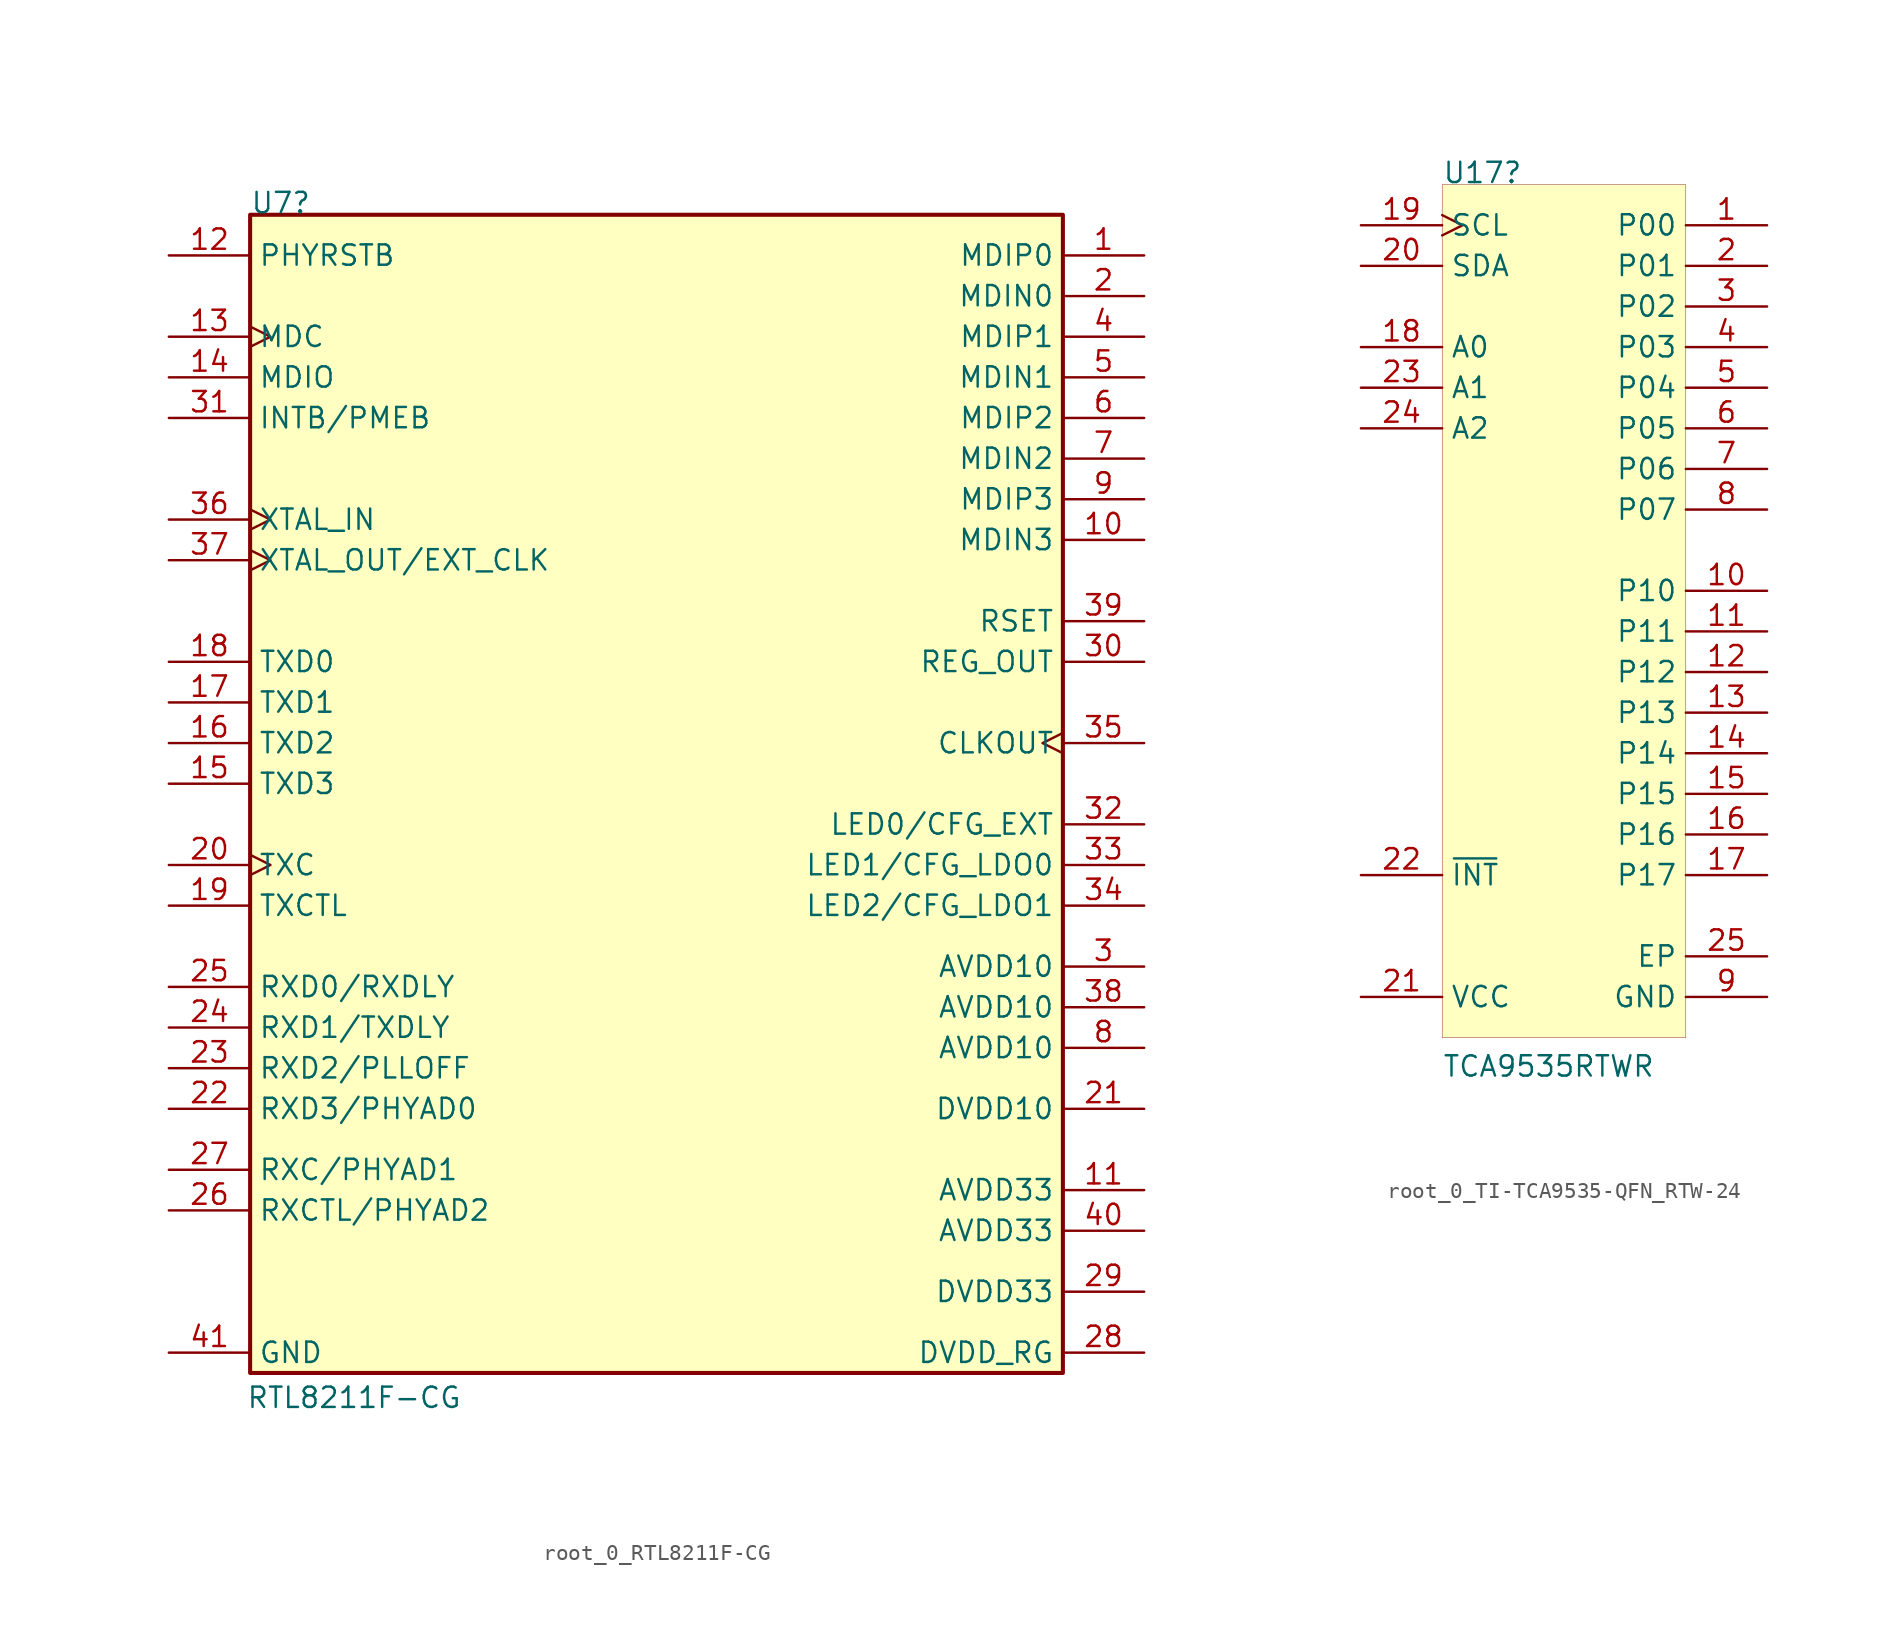
<source format=kicad_sym>
(kicad_symbol_lib
  (version 20241209)
  (generator "kicad_symbol_editor")
  (generator_version "9.0")
  (symbol "root_0_RTL8211F-CG"
    (property "Reference" "U7"
      (at -25.4 38.1 0)
      (effects (font (size 1.27 1.27)) (justify left bottom)))
    (property "Value" "RTL8211F-CG"
      (at -25.654 -36.576 0)
      (effects (font (size 1.27 1.27)) (justify left bottom)))
    (property "Description" ""
      (at 0 0 0)
      (effects (font (size 1.27 1.27))))
    (symbol "root_0_RTL8211F-CG_1_0"
      (rectangle (start -25.4 38.1) (end 25.4 -34.29) (stroke (width 0.254) (type solid)) (fill (type background)))
      (pin input line (at -30.48 35.56 0) (length 5.08) (name "PHYRSTB" (effects (font (size 1.27 1.27)))) (number "12" (effects (font (size 1.27 1.27)))))
      (pin input clock (at -30.48 30.48 0) (length 5.08) (name "MDC" (effects (font (size 1.27 1.27)))) (number "13" (effects (font (size 1.27 1.27)))))
      (pin bidirectional line (at -30.48 27.94 0) (length 5.08) (name "MDIO" (effects (font (size 1.27 1.27)))) (number "14" (effects (font (size 1.27 1.27)))))
      (pin output line (at -30.48 25.4 0) (length 5.08) (name "INTB/PMEB" (effects (font (size 1.27 1.27)))) (number "31" (effects (font (size 1.27 1.27)))))
      (pin input clock (at -30.48 19.05 0) (length 5.08) (name "XTAL_IN" (effects (font (size 1.27 1.27)))) (number "36" (effects (font (size 1.27 1.27)))))
      (pin output clock (at -30.48 16.51 0) (length 5.08) (name "XTAL_OUT/EXT_CLK" (effects (font (size 1.27 1.27)))) (number "37" (effects (font (size 1.27 1.27)))))
      (pin input line (at -30.48 10.16 0) (length 5.08) (name "TXD0" (effects (font (size 1.27 1.27)))) (number "18" (effects (font (size 1.27 1.27)))))
      (pin input line (at -30.48 7.62 0) (length 5.08) (name "TXD1" (effects (font (size 1.27 1.27)))) (number "17" (effects (font (size 1.27 1.27)))))
      (pin input line (at -30.48 5.08 0) (length 5.08) (name "TXD2" (effects (font (size 1.27 1.27)))) (number "16" (effects (font (size 1.27 1.27)))))
      (pin input line (at -30.48 2.54 0) (length 5.08) (name "TXD3" (effects (font (size 1.27 1.27)))) (number "15" (effects (font (size 1.27 1.27)))))
      (pin input clock (at -30.48 -2.54 0) (length 5.08) (name "TXC" (effects (font (size 1.27 1.27)))) (number "20" (effects (font (size 1.27 1.27)))))
      (pin input line (at -30.48 -5.08 0) (length 5.08) (name "TXCTL" (effects (font (size 1.27 1.27)))) (number "19" (effects (font (size 1.27 1.27)))))
      (pin bidirectional line (at -30.48 -10.16 0) (length 5.08) (name "RXD0/RXDLY" (effects (font (size 1.27 1.27)))) (number "25" (effects (font (size 1.27 1.27)))))
      (pin bidirectional line (at -30.48 -12.7 0) (length 5.08) (name "RXD1/TXDLY" (effects (font (size 1.27 1.27)))) (number "24" (effects (font (size 1.27 1.27)))))
      (pin bidirectional line (at -30.48 -15.24 0) (length 5.08) (name "RXD2/PLLOFF" (effects (font (size 1.27 1.27)))) (number "23" (effects (font (size 1.27 1.27)))))
      (pin bidirectional line (at -30.48 -17.78 0) (length 5.08) (name "RXD3/PHYAD0" (effects (font (size 1.27 1.27)))) (number "22" (effects (font (size 1.27 1.27)))))
      (pin bidirectional line (at -30.48 -21.59 0) (length 5.08) (name "RXC/PHYAD1" (effects (font (size 1.27 1.27)))) (number "27" (effects (font (size 1.27 1.27)))))
      (pin bidirectional line (at -30.48 -24.13 0) (length 5.08) (name "RXCTL/PHYAD2" (effects (font (size 1.27 1.27)))) (number "26" (effects (font (size 1.27 1.27)))))
      (pin power_in line (at -30.48 -33.02 0) (length 5.08) (name "GND" (effects (font (size 1.27 1.27)))) (number "41" (effects (font (size 1.27 1.27)))))
      (pin bidirectional line (at 30.48 35.56 180) (length 5.08) (name "MDIP0" (effects (font (size 1.27 1.27)))) (number "1" (effects (font (size 1.27 1.27)))))
      (pin bidirectional line (at 30.48 33.02 180) (length 5.08) (name "MDIN0" (effects (font (size 1.27 1.27)))) (number "2" (effects (font (size 1.27 1.27)))))
      (pin bidirectional line (at 30.48 30.48 180) (length 5.08) (name "MDIP1" (effects (font (size 1.27 1.27)))) (number "4" (effects (font (size 1.27 1.27)))))
      (pin bidirectional line (at 30.48 27.94 180) (length 5.08) (name "MDIN1" (effects (font (size 1.27 1.27)))) (number "5" (effects (font (size 1.27 1.27)))))
      (pin bidirectional line (at 30.48 25.4 180) (length 5.08) (name "MDIP2" (effects (font (size 1.27 1.27)))) (number "6" (effects (font (size 1.27 1.27)))))
      (pin bidirectional line (at 30.48 22.86 180) (length 5.08) (name "MDIN2" (effects (font (size 1.27 1.27)))) (number "7" (effects (font (size 1.27 1.27)))))
      (pin bidirectional line (at 30.48 20.32 180) (length 5.08) (name "MDIP3" (effects (font (size 1.27 1.27)))) (number "9" (effects (font (size 1.27 1.27)))))
      (pin bidirectional line (at 30.48 17.78 180) (length 5.08) (name "MDIN3" (effects (font (size 1.27 1.27)))) (number "10" (effects (font (size 1.27 1.27)))))
      (pin output line (at 30.48 12.7 180) (length 5.08) (name "RSET" (effects (font (size 1.27 1.27)))) (number "39" (effects (font (size 1.27 1.27)))))
      (pin output line (at 30.48 10.16 180) (length 5.08) (name "REG_OUT" (effects (font (size 1.27 1.27)))) (number "30" (effects (font (size 1.27 1.27)))))
      (pin output clock (at 30.48 5.08 180) (length 5.08) (name "CLKOUT" (effects (font (size 1.27 1.27)))) (number "35" (effects (font (size 1.27 1.27)))))
      (pin bidirectional line (at 30.48 0 180) (length 5.08) (name "LED0/CFG_EXT" (effects (font (size 1.27 1.27)))) (number "32" (effects (font (size 1.27 1.27)))))
      (pin bidirectional line (at 30.48 -2.54 180) (length 5.08) (name "LED1/CFG_LDO0" (effects (font (size 1.27 1.27)))) (number "33" (effects (font (size 1.27 1.27)))))
      (pin bidirectional line (at 30.48 -5.08 180) (length 5.08) (name "LED2/CFG_LDO1" (effects (font (size 1.27 1.27)))) (number "34" (effects (font (size 1.27 1.27)))))
      (pin power_in line (at 30.48 -8.89 180) (length 5.08) (name "AVDD10" (effects (font (size 1.27 1.27)))) (number "3" (effects (font (size 1.27 1.27)))))
      (pin power_in line (at 30.48 -11.43 180) (length 5.08) (name "AVDD10" (effects (font (size 1.27 1.27)))) (number "38" (effects (font (size 1.27 1.27)))))
      (pin power_in line (at 30.48 -13.97 180) (length 5.08) (name "AVDD10" (effects (font (size 1.27 1.27)))) (number "8" (effects (font (size 1.27 1.27)))))
      (pin power_in line (at 30.48 -17.78 180) (length 5.08) (name "DVDD10" (effects (font (size 1.27 1.27)))) (number "21" (effects (font (size 1.27 1.27)))))
      (pin power_in line (at 30.48 -22.86 180) (length 5.08) (name "AVDD33" (effects (font (size 1.27 1.27)))) (number "11" (effects (font (size 1.27 1.27)))))
      (pin power_in line (at 30.48 -25.4 180) (length 5.08) (name "AVDD33" (effects (font (size 1.27 1.27)))) (number "40" (effects (font (size 1.27 1.27)))))
      (pin power_in line (at 30.48 -29.21 180) (length 5.08) (name "DVDD33" (effects (font (size 1.27 1.27)))) (number "29" (effects (font (size 1.27 1.27)))))
      (pin power_in line (at 30.48 -33.02 180) (length 5.08) (name "DVDD_RG" (effects (font (size 1.27 1.27)))) (number "28" (effects (font (size 1.27 1.27)))))))
  (symbol "root_0_TI-TCA9535-QFN_RTW-24"
    (property "Reference" "U17"
      (at 0 0 0)
      (effects (font (size 1.27 1.27)) (justify left bottom)))
    (property "Value" "TCA9535RTWR"
      (at 0 -55.88 0)
      (effects (font (size 1.27 1.27)) (justify left bottom)))
    (symbol "root_0_TI-TCA9535-QFN_RTW-24_1_0"
      (rectangle (start 15.24 0) (end 0 -53.34) (stroke (width 0.025) (type solid) (color 128 0 0 1)) (fill (type background)))
      (pin input clock (at -5.08 -2.54 0) (length 5.08) (name "SCL" (effects (font (size 1.27 1.27)))) (number "19" (effects (font (size 1.27 1.27)))))
      (pin bidirectional line (at -5.08 -5.08 0) (length 5.08) (name "SDA" (effects (font (size 1.27 1.27)))) (number "20" (effects (font (size 1.27 1.27)))))
      (pin input line (at -5.08 -10.16 0) (length 5.08) (name "A0" (effects (font (size 1.27 1.27)))) (number "18" (effects (font (size 1.27 1.27)))))
      (pin input line (at -5.08 -12.7 0) (length 5.08) (name "A1" (effects (font (size 1.27 1.27)))) (number "23" (effects (font (size 1.27 1.27)))))
      (pin input line (at -5.08 -15.24 0) (length 5.08) (name "A2" (effects (font (size 1.27 1.27)))) (number "24" (effects (font (size 1.27 1.27)))))
      (pin open_collector line (at -5.08 -43.18 0) (length 5.08) (name "~{INT}" (effects (font (size 1.27 1.27)))) (number "22" (effects (font (size 1.27 1.27)))))
      (pin power_in line (at -5.08 -50.8 0) (length 5.08) (name "VCC" (effects (font (size 1.27 1.27)))) (number "21" (effects (font (size 1.27 1.27)))))
      (pin bidirectional line (at 20.32 -2.54 180) (length 5.08) (name "P00" (effects (font (size 1.27 1.27)))) (number "1" (effects (font (size 1.27 1.27)))))
      (pin bidirectional line (at 20.32 -5.08 180) (length 5.08) (name "P01" (effects (font (size 1.27 1.27)))) (number "2" (effects (font (size 1.27 1.27)))))
      (pin bidirectional line (at 20.32 -7.62 180) (length 5.08) (name "P02" (effects (font (size 1.27 1.27)))) (number "3" (effects (font (size 1.27 1.27)))))
      (pin bidirectional line (at 20.32 -10.16 180) (length 5.08) (name "P03" (effects (font (size 1.27 1.27)))) (number "4" (effects (font (size 1.27 1.27)))))
      (pin bidirectional line (at 20.32 -12.7 180) (length 5.08) (name "P04" (effects (font (size 1.27 1.27)))) (number "5" (effects (font (size 1.27 1.27)))))
      (pin bidirectional line (at 20.32 -15.24 180) (length 5.08) (name "P05" (effects (font (size 1.27 1.27)))) (number "6" (effects (font (size 1.27 1.27)))))
      (pin bidirectional line (at 20.32 -17.78 180) (length 5.08) (name "P06" (effects (font (size 1.27 1.27)))) (number "7" (effects (font (size 1.27 1.27)))))
      (pin bidirectional line (at 20.32 -20.32 180) (length 5.08) (name "P07" (effects (font (size 1.27 1.27)))) (number "8" (effects (font (size 1.27 1.27)))))
      (pin bidirectional line (at 20.32 -25.4 180) (length 5.08) (name "P10" (effects (font (size 1.27 1.27)))) (number "10" (effects (font (size 1.27 1.27)))))
      (pin bidirectional line (at 20.32 -27.94 180) (length 5.08) (name "P11" (effects (font (size 1.27 1.27)))) (number "11" (effects (font (size 1.27 1.27)))))
      (pin bidirectional line (at 20.32 -30.48 180) (length 5.08) (name "P12" (effects (font (size 1.27 1.27)))) (number "12" (effects (font (size 1.27 1.27)))))
      (pin bidirectional line (at 20.32 -33.02 180) (length 5.08) (name "P13" (effects (font (size 1.27 1.27)))) (number "13" (effects (font (size 1.27 1.27)))))
      (pin bidirectional line (at 20.32 -35.56 180) (length 5.08) (name "P14" (effects (font (size 1.27 1.27)))) (number "14" (effects (font (size 1.27 1.27)))))
      (pin bidirectional line (at 20.32 -38.1 180) (length 5.08) (name "P15" (effects (font (size 1.27 1.27)))) (number "15" (effects (font (size 1.27 1.27)))))
      (pin bidirectional line (at 20.32 -40.64 180) (length 5.08) (name "P16" (effects (font (size 1.27 1.27)))) (number "16" (effects (font (size 1.27 1.27)))))
      (pin bidirectional line (at 20.32 -43.18 180) (length 5.08) (name "P17" (effects (font (size 1.27 1.27)))) (number "17" (effects (font (size 1.27 1.27)))))
      (pin passive line (at 20.32 -48.26 180) (length 5.08) (name "EP" (effects (font (size 1.27 1.27)))) (number "25" (effects (font (size 1.27 1.27)))))
      (pin power_in line (at 20.32 -50.8 180) (length 5.08) (name "GND" (effects (font (size 1.27 1.27)))) (number "9" (effects (font (size 1.27 1.27))))))))
</source>
